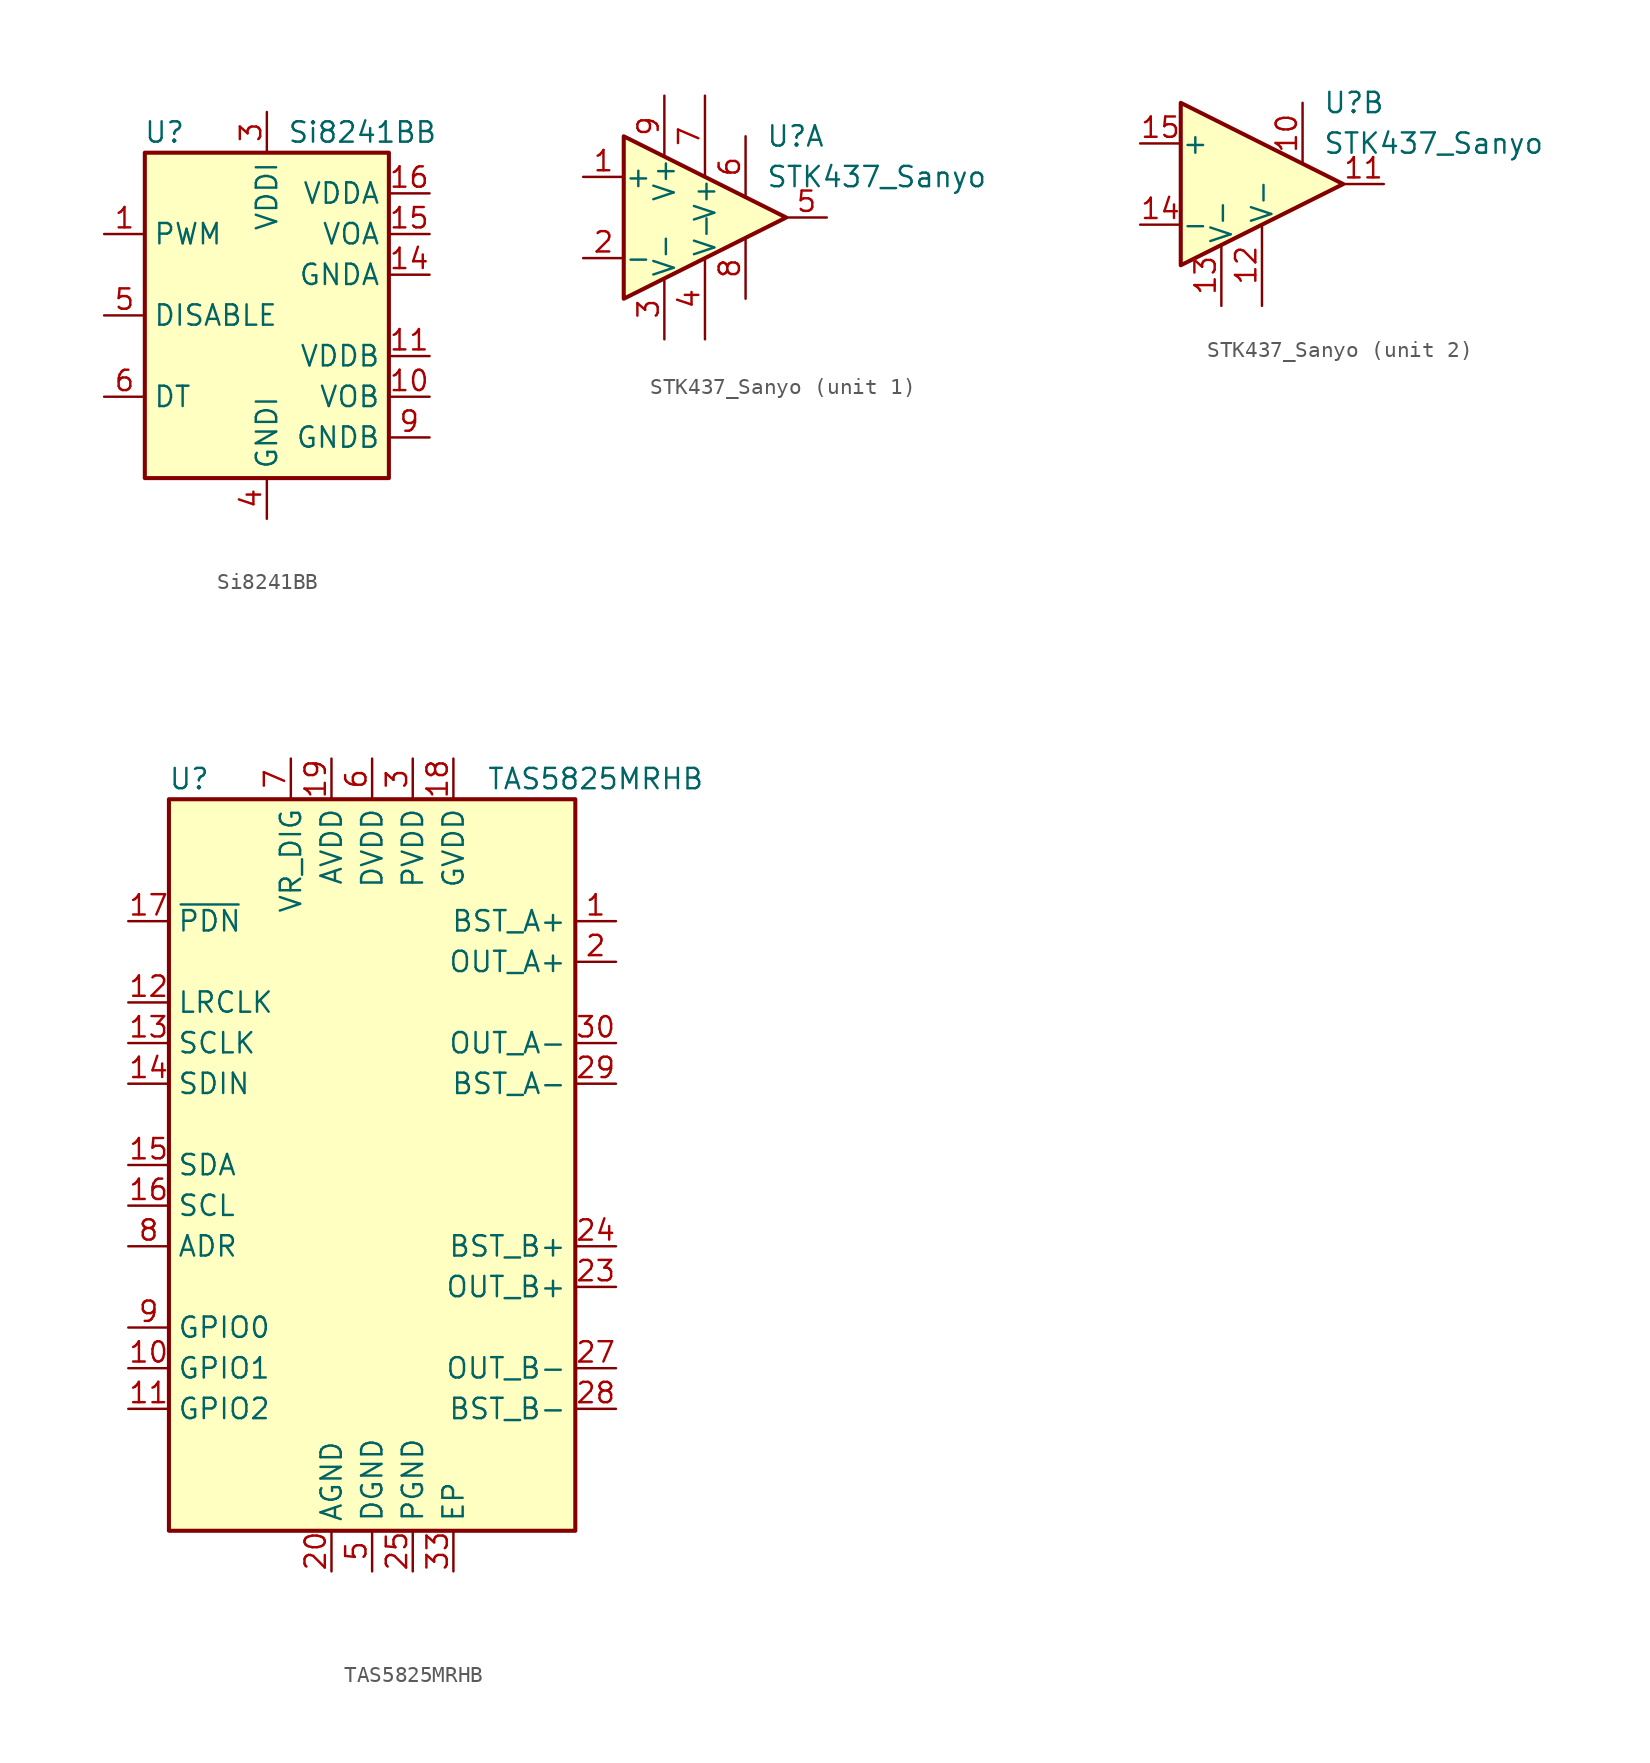
<source format=kicad_sym>
(kicad_symbol_lib
  (version 20200908)
  (generator kicad_symbol_editor)
  (symbol "Amplifier_Audio:Si8241BB"
    (property "Reference" "U"
      (at -5.08 11.43 0)
      (effects (font (size 1.27 1.27)) (justify right)))
    (property "Value" "Si8241BB"
      (at 1.27 11.43 0)
      (effects (font (size 1.27 1.27)) (justify left)))
    (symbol "Si8241BB_0_1"
      (rectangle (start -7.62 10.16) (end 7.62 -10.16) (stroke (width 0.254)) (fill (type background))))
    (symbol "Si8241BB_1_1"
      (pin input line (at -10.16 5.08 0) (length 2.54) (name "PWM" (effects (font (size 1.27 1.27)))) (number "1" (effects (font (size 1.27 1.27)))))
      (pin output line (at 10.16 -5.08 180) (length 2.54) (name "VOB" (effects (font (size 1.27 1.27)))) (number "10" (effects (font (size 1.27 1.27)))))
      (pin power_in line (at 10.16 -2.54 180) (length 2.54) (name "VDDB" (effects (font (size 1.27 1.27)))) (number "11" (effects (font (size 1.27 1.27)))))
      (pin unconnected line (at -7.62 -2.54 0) (length 2.54) hide (name "NC" (effects (font (size 1.27 1.27)))) (number "12" (effects (font (size 1.27 1.27)))))
      (pin unconnected line (at -7.62 -7.62 0) (length 2.54) hide (name "NC" (effects (font (size 1.27 1.27)))) (number "13" (effects (font (size 1.27 1.27)))))
      (pin power_in line (at 10.16 2.54 180) (length 2.54) (name "GNDA" (effects (font (size 1.27 1.27)))) (number "14" (effects (font (size 1.27 1.27)))))
      (pin output line (at 10.16 5.08 180) (length 2.54) (name "VOA" (effects (font (size 1.27 1.27)))) (number "15" (effects (font (size 1.27 1.27)))))
      (pin power_in line (at 10.16 7.62 180) (length 2.54) (name "VDDA" (effects (font (size 1.27 1.27)))) (number "16" (effects (font (size 1.27 1.27)))))
      (pin unconnected line (at -7.62 7.62 0) (length 2.54) hide (name "NC" (effects (font (size 1.27 1.27)))) (number "2" (effects (font (size 1.27 1.27)))))
      (pin power_in line (at 0 12.7 270) (length 2.54) (name "VDDI" (effects (font (size 1.27 1.27)))) (number "3" (effects (font (size 1.27 1.27)))))
      (pin power_in line (at 0 -12.7 90) (length 2.54) (name "GNDI" (effects (font (size 1.27 1.27)))) (number "4" (effects (font (size 1.27 1.27)))))
      (pin input line (at -10.16 0 0) (length 2.54) (name "DISABLE" (effects (font (size 1.27 1.27)))) (number "5" (effects (font (size 1.27 1.27)))))
      (pin passive line (at -10.16 -5.08 0) (length 2.54) (name "DT" (effects (font (size 1.27 1.27)))) (number "6" (effects (font (size 1.27 1.27)))))
      (pin unconnected line (at -7.62 2.54 0) (length 2.54) hide (name "NC" (effects (font (size 1.27 1.27)))) (number "7" (effects (font (size 1.27 1.27)))))
      (pin passive line (at 0 12.7 270) (length 2.54) hide (name "VDDI" (effects (font (size 1.27 1.27)))) (number "8" (effects (font (size 1.27 1.27)))))
      (pin power_in line (at 10.16 -7.62 180) (length 2.54) (name "GNDB" (effects (font (size 1.27 1.27)))) (number "9" (effects (font (size 1.27 1.27)))))))
  (symbol "Amplifier_Audio:STK437_Sanyo"
    (pin_names
      (offset 0.025))
    (property "Reference" "U"
      (at 3.81 5.08 0)
      (effects (font (size 1.27 1.27)) (justify left)))
    (property "Value" "STK437_Sanyo"
      (at 3.81 2.54 0)
      (effects (font (size 1.27 1.27)) (justify left)))
    (symbol "STK437_Sanyo_0_1"
      (polyline (pts (xy -5.08 5.08) (xy 5.08 0) (xy -5.08 -5.08) (xy -5.08 5.08)) (stroke (width 0.254)) (fill (type background))))
    (symbol "STK437_Sanyo_1_1"
      (pin input line (at -7.62 2.54 0) (length 2.54) (name "+" (effects (font (size 1.27 1.27)))) (number "1" (effects (font (size 1.27 1.27)))))
      (pin input line (at -7.62 -2.54 0) (length 2.54) (name "-" (effects (font (size 1.27 1.27)))) (number "2" (effects (font (size 1.27 1.27)))))
      (pin power_in line (at -2.54 -7.62 90) (length 3.81) (name "V-" (effects (font (size 1.27 1.27)))) (number "3" (effects (font (size 1.27 1.27)))))
      (pin power_in line (at 0 -7.62 90) (length 5.08) (name "V-" (effects (font (size 1.27 1.27)))) (number "4" (effects (font (size 1.27 1.27)))))
      (pin output line (at 7.62 0 180) (length 2.54) (name "~" (effects (font (size 1.27 1.27)))) (number "5" (effects (font (size 1.27 1.27)))))
      (pin passive line (at 2.54 5.08 270) (length 3.81) (name "~" (effects (font (size 1.27 1.27)))) (number "6" (effects (font (size 1.27 1.27)))))
      (pin power_in line (at 0 7.62 270) (length 5.08) (name "V+" (effects (font (size 1.27 1.27)))) (number "7" (effects (font (size 1.27 1.27)))))
      (pin power_in line (at 2.54 -5.08 90) (length 3.81) (name "~" (effects (font (size 1.27 1.27)))) (number "8" (effects (font (size 1.27 1.27)))))
      (pin power_in line (at -2.54 7.62 270) (length 3.81) (name "V+" (effects (font (size 1.27 1.27)))) (number "9" (effects (font (size 1.27 1.27))))))
    (symbol "STK437_Sanyo_2_1"
      (pin passive line (at 2.54 5.08 270) (length 3.81) (name "~" (effects (font (size 1.27 1.27)))) (number "10" (effects (font (size 1.27 1.27)))))
      (pin output line (at 7.62 0 180) (length 2.54) (name "~" (effects (font (size 1.27 1.27)))) (number "11" (effects (font (size 1.27 1.27)))))
      (pin power_in line (at 0 -7.62 90) (length 5.08) (name "V-" (effects (font (size 1.27 1.27)))) (number "12" (effects (font (size 1.27 1.27)))))
      (pin power_in line (at -2.54 -7.62 90) (length 3.81) (name "V-" (effects (font (size 1.27 1.27)))) (number "13" (effects (font (size 1.27 1.27)))))
      (pin input line (at -7.62 -2.54 0) (length 2.54) (name "-" (effects (font (size 1.27 1.27)))) (number "14" (effects (font (size 1.27 1.27)))))
      (pin input line (at -7.62 2.54 0) (length 2.54) (name "+" (effects (font (size 1.27 1.27)))) (number "15" (effects (font (size 1.27 1.27)))))))
  (symbol "Amplifier_Audio:TAS5825MRHB"
    (property "Reference" "U"
      (at -11.43 24.13 0)
      (effects (font (size 1.27 1.27))))
    (property "Value" "TAS5825MRHB"
      (at 13.97 24.13 0)
      (effects (font (size 1.27 1.27))))
    (symbol "TAS5825MRHB_0_1"
      (rectangle (start -12.7 22.86) (end 12.7 -22.86) (stroke (width 0.254)) (fill (type background))))
    (symbol "TAS5825MRHB_1_1"
      (pin passive line (at 15.24 15.24 180) (length 2.54) (name "BST_A+" (effects (font (size 1.27 1.27)))) (number "1" (effects (font (size 1.27 1.27)))))
      (pin bidirectional line (at -15.24 -12.7 0) (length 2.54) (name "GPIO1" (effects (font (size 1.27 1.27)))) (number "10" (effects (font (size 1.27 1.27)))))
      (pin bidirectional line (at -15.24 -15.24 0) (length 2.54) (name "GPIO2" (effects (font (size 1.27 1.27)))) (number "11" (effects (font (size 1.27 1.27)))))
      (pin input line (at -15.24 10.16 0) (length 2.54) (name "LRCLK" (effects (font (size 1.27 1.27)))) (number "12" (effects (font (size 1.27 1.27)))))
      (pin input line (at -15.24 7.62 0) (length 2.54) (name "SCLK" (effects (font (size 1.27 1.27)))) (number "13" (effects (font (size 1.27 1.27)))))
      (pin input line (at -15.24 5.08 0) (length 2.54) (name "SDIN" (effects (font (size 1.27 1.27)))) (number "14" (effects (font (size 1.27 1.27)))))
      (pin bidirectional line (at -15.24 0 0) (length 2.54) (name "SDA" (effects (font (size 1.27 1.27)))) (number "15" (effects (font (size 1.27 1.27)))))
      (pin input line (at -15.24 -2.54 0) (length 2.54) (name "SCL" (effects (font (size 1.27 1.27)))) (number "16" (effects (font (size 1.27 1.27)))))
      (pin input line (at -15.24 15.24 0) (length 2.54) (name "~PDN" (effects (font (size 1.27 1.27)))) (number "17" (effects (font (size 1.27 1.27)))))
      (pin passive line (at 5.08 25.4 270) (length 2.54) (name "GVDD" (effects (font (size 1.27 1.27)))) (number "18" (effects (font (size 1.27 1.27)))))
      (pin passive line (at -2.54 25.4 270) (length 2.54) (name "AVDD" (effects (font (size 1.27 1.27)))) (number "19" (effects (font (size 1.27 1.27)))))
      (pin output line (at 15.24 12.7 180) (length 2.54) (name "OUT_A+" (effects (font (size 1.27 1.27)))) (number "2" (effects (font (size 1.27 1.27)))))
      (pin power_in line (at -2.54 -25.4 90) (length 2.54) (name "AGND" (effects (font (size 1.27 1.27)))) (number "20" (effects (font (size 1.27 1.27)))))
      (pin passive line (at 2.54 25.4 270) (length 2.54) hide (name "PVDD" (effects (font (size 1.27 1.27)))) (number "21" (effects (font (size 1.27 1.27)))))
      (pin passive line (at 2.54 25.4 270) (length 2.54) hide (name "PVDD" (effects (font (size 1.27 1.27)))) (number "22" (effects (font (size 1.27 1.27)))))
      (pin output line (at 15.24 -7.62 180) (length 2.54) (name "OUT_B+" (effects (font (size 1.27 1.27)))) (number "23" (effects (font (size 1.27 1.27)))))
      (pin passive line (at 15.24 -5.08 180) (length 2.54) (name "BST_B+" (effects (font (size 1.27 1.27)))) (number "24" (effects (font (size 1.27 1.27)))))
      (pin power_in line (at 2.54 -25.4 90) (length 2.54) (name "PGND" (effects (font (size 1.27 1.27)))) (number "25" (effects (font (size 1.27 1.27)))))
      (pin passive line (at 2.54 -25.4 90) (length 2.54) hide (name "PGND" (effects (font (size 1.27 1.27)))) (number "26" (effects (font (size 1.27 1.27)))))
      (pin output line (at 15.24 -12.7 180) (length 2.54) (name "OUT_B-" (effects (font (size 1.27 1.27)))) (number "27" (effects (font (size 1.27 1.27)))))
      (pin passive line (at 15.24 -15.24 180) (length 2.54) (name "BST_B-" (effects (font (size 1.27 1.27)))) (number "28" (effects (font (size 1.27 1.27)))))
      (pin passive line (at 15.24 5.08 180) (length 2.54) (name "BST_A-" (effects (font (size 1.27 1.27)))) (number "29" (effects (font (size 1.27 1.27)))))
      (pin power_in line (at 2.54 25.4 270) (length 2.54) (name "PVDD" (effects (font (size 1.27 1.27)))) (number "3" (effects (font (size 1.27 1.27)))))
      (pin output line (at 15.24 7.62 180) (length 2.54) (name "OUT_A-" (effects (font (size 1.27 1.27)))) (number "30" (effects (font (size 1.27 1.27)))))
      (pin passive line (at 2.54 -25.4 90) (length 2.54) hide (name "PGND" (effects (font (size 1.27 1.27)))) (number "31" (effects (font (size 1.27 1.27)))))
      (pin passive line (at 2.54 -25.4 90) (length 2.54) hide (name "PGND" (effects (font (size 1.27 1.27)))) (number "32" (effects (font (size 1.27 1.27)))))
      (pin passive line (at 5.08 -25.4 90) (length 2.54) (name "EP" (effects (font (size 1.27 1.27)))) (number "33" (effects (font (size 1.27 1.27)))))
      (pin passive line (at 2.54 25.4 270) (length 2.54) hide (name "PVDD" (effects (font (size 1.27 1.27)))) (number "4" (effects (font (size 1.27 1.27)))))
      (pin power_in line (at 0 -25.4 90) (length 2.54) (name "DGND" (effects (font (size 1.27 1.27)))) (number "5" (effects (font (size 1.27 1.27)))))
      (pin power_in line (at 0 25.4 270) (length 2.54) (name "DVDD" (effects (font (size 1.27 1.27)))) (number "6" (effects (font (size 1.27 1.27)))))
      (pin passive line (at -5.08 25.4 270) (length 2.54) (name "VR_DIG" (effects (font (size 1.27 1.27)))) (number "7" (effects (font (size 1.27 1.27)))))
      (pin passive line (at -15.24 -5.08 0) (length 2.54) (name "ADR" (effects (font (size 1.27 1.27)))) (number "8" (effects (font (size 1.27 1.27)))))
      (pin bidirectional line (at -15.24 -10.16 0) (length 2.54) (name "GPIO0" (effects (font (size 1.27 1.27)))) (number "9" (effects (font (size 1.27 1.27))))))))
</source>
